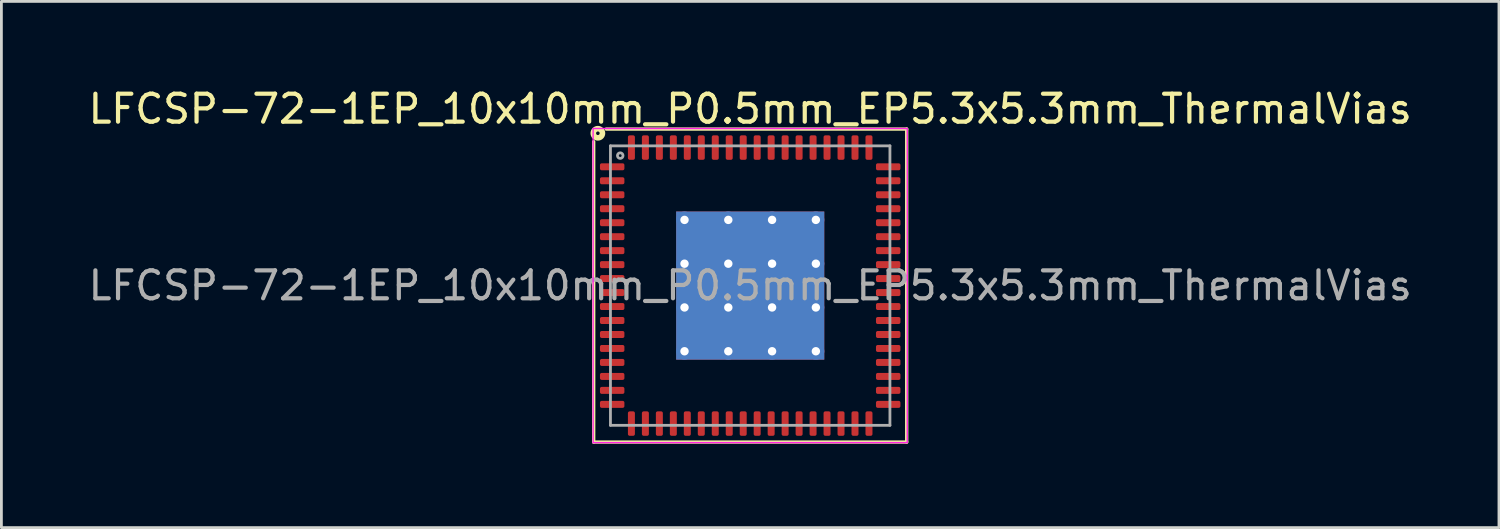
<source format=kicad_pcb>
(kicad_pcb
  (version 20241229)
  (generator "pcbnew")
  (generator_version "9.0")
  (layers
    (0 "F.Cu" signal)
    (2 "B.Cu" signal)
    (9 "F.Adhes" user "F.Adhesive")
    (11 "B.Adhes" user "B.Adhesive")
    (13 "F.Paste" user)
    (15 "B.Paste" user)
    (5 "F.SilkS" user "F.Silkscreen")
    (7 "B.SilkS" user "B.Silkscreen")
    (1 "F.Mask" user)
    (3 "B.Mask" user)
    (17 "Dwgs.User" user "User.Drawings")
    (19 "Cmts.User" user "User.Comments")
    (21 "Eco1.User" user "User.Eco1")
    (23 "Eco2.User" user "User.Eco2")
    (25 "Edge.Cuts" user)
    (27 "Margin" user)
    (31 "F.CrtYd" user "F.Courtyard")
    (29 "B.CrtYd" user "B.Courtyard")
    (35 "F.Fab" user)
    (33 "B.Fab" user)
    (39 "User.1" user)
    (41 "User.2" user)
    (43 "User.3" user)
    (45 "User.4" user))
  (footprint "LFCSP-72-1EP_10x10mm_P0.5mm_EP5.3x5.3mm_ThermalVias"
    (layer "F.Cu")
    (at 23.792 7.168)
    (property "Reference" "LFCSP-72-1EP_10x10mm_P0.5mm_EP5.3x5.3mm_ThermalVias" (at 0 -6.32 0) (layer "F.SilkS") (effects (font (size 1 1) (thickness 0.15))))
    (attr smd)
    (fp_line (start -5.6 5.6) (end -5.6 -5.15) (stroke (width 0.12) (type solid)) (layer "F.SilkS"))
    (fp_line (start 5.6 -5.6) (end -5.15 -5.6) (stroke (width 0.12) (type solid)) (layer "F.SilkS"))
    (fp_line (start 5.6 -5.6) (end 5.6 5.6) (stroke (width 0.12) (type solid)) (layer "F.SilkS"))
    (fp_line (start 5.6 5.6) (end -5.6 5.6) (stroke (width 0.12) (type solid)) (layer "F.SilkS"))
    (fp_circle (center -5.45 -5.45) (end -5.386 -5.45) (stroke (width 0.2) (type solid)) (fill no) (layer "F.SilkS"))
    (fp_line (start -5.62 -5.62) (end -5.62 5.62) (stroke (width 0.05) (type solid)) (layer "F.CrtYd"))
    (fp_line (start -5.62 5.62) (end 5.62 5.62) (stroke (width 0.05) (type solid)) (layer "F.CrtYd"))
    (fp_line (start 5.62 -5.62) (end -5.62 -5.62) (stroke (width 0.05) (type solid)) (layer "F.CrtYd"))
    (fp_line (start 5.62 5.62) (end 5.62 -5.62) (stroke (width 0.05) (type solid)) (layer "F.CrtYd"))
    (fp_line (start -5 -5) (end 5 -5) (stroke (width 0.1) (type solid)) (layer "F.Fab"))
    (fp_line (start -5 5) (end -5 -5) (stroke (width 0.1) (type solid)) (layer "F.Fab"))
    (fp_line (start 5 -5) (end 5 5) (stroke (width 0.1) (type solid)) (layer "F.Fab"))
    (fp_line (start 5 5) (end -5 5) (stroke (width 0.1) (type solid)) (layer "F.Fab"))
    (fp_circle (center -4.65 -4.65) (end -4.55 -4.65) (stroke (width 0.1) (type solid)) (fill no) (layer "F.Fab"))
    (fp_text user "${REFERENCE}" (at 0 0 0) (layer "F.Fab") (effects (font (size 1 1) (thickness 0.15))))
    (pad "" smd custom (at -1.567 -1.567) (size 1.275 1.275) (layers "F.Paste") (options (anchor circle)) (primitives (gr_poly (pts (xy 0.563 -0.439) (xy 0.563 0.439) (xy 0.439 0.563) (xy -0.439 0.563) (xy -0.563 0.439) (xy -0.563 -0.439) (xy -0.439 -0.563) (xy 0.439 -0.563)) (width 0.299) (fill yes))))
    (pad "" smd custom (at -1.567 0) (size 1.275 1.275) (layers "F.Paste") (options (anchor circle)) (primitives (gr_poly (pts (xy 0.563 -0.439) (xy 0.563 0.439) (xy 0.439 0.563) (xy -0.439 0.563) (xy -0.563 0.439) (xy -0.563 -0.439) (xy -0.439 -0.563) (xy 0.439 -0.563)) (width 0.299) (fill yes))))
    (pad "" smd custom (at -1.567 1.567) (size 1.275 1.275) (layers "F.Paste") (options (anchor circle)) (primitives (gr_poly (pts (xy 0.563 -0.439) (xy 0.563 0.439) (xy 0.439 0.563) (xy -0.439 0.563) (xy -0.563 0.439) (xy -0.563 -0.439) (xy -0.439 -0.563) (xy 0.439 -0.563)) (width 0.299) (fill yes))))
    (pad "" smd custom (at 0 -1.567) (size 1.275 1.275) (layers "F.Paste") (options (anchor circle)) (primitives (gr_poly (pts (xy 0.563 -0.439) (xy 0.563 0.439) (xy 0.439 0.563) (xy -0.439 0.563) (xy -0.563 0.439) (xy -0.563 -0.439) (xy -0.439 -0.563) (xy 0.439 -0.563)) (width 0.299) (fill yes))))
    (pad "" smd custom (at 0 0) (size 1.275 1.275) (layers "F.Paste") (options (anchor circle)) (primitives (gr_poly (pts (xy 0.563 -0.439) (xy 0.563 0.439) (xy 0.439 0.563) (xy -0.439 0.563) (xy -0.563 0.439) (xy -0.563 -0.439) (xy -0.439 -0.563) (xy 0.439 -0.563)) (width 0.299) (fill yes))))
    (pad "" smd custom (at 0 1.567) (size 1.275 1.275) (layers "F.Paste") (options (anchor circle)) (primitives (gr_poly (pts (xy 0.563 -0.439) (xy 0.563 0.439) (xy 0.439 0.563) (xy -0.439 0.563) (xy -0.563 0.439) (xy -0.563 -0.439) (xy -0.439 -0.563) (xy 0.439 -0.563)) (width 0.299) (fill yes))))
    (pad "" smd custom (at 1.567 -1.567) (size 1.275 1.275) (layers "F.Paste") (options (anchor circle)) (primitives (gr_poly (pts (xy 0.563 -0.439) (xy 0.563 0.439) (xy 0.439 0.563) (xy -0.439 0.563) (xy -0.563 0.439) (xy -0.563 -0.439) (xy -0.439 -0.563) (xy 0.439 -0.563)) (width 0.299) (fill yes))))
    (pad "" smd custom (at 1.567 0) (size 1.275 1.275) (layers "F.Paste") (options (anchor circle)) (primitives (gr_poly (pts (xy 0.563 -0.439) (xy 0.563 0.439) (xy 0.439 0.563) (xy -0.439 0.563) (xy -0.563 0.439) (xy -0.563 -0.439) (xy -0.439 -0.563) (xy 0.439 -0.563)) (width 0.299) (fill yes))))
    (pad "" smd custom (at 1.567 1.567) (size 1.275 1.275) (layers "F.Paste") (options (anchor circle)) (primitives (gr_poly (pts (xy 0.563 -0.439) (xy 0.563 0.439) (xy 0.439 0.563) (xy -0.439 0.563) (xy -0.563 0.439) (xy -0.563 -0.439) (xy -0.439 -0.563) (xy 0.439 -0.563)) (width 0.299) (fill yes))))
    (pad "1" smd roundrect (at -4.938 -4.25) (size 0.875 0.25) (layers "F.Cu" "F.Mask" "F.Paste") (roundrect_rratio 0.25))
    (pad "2" smd roundrect (at -4.938 -3.75) (size 0.875 0.25) (layers "F.Cu" "F.Mask" "F.Paste") (roundrect_rratio 0.25))
    (pad "3" smd roundrect (at -4.938 -3.25) (size 0.875 0.25) (layers "F.Cu" "F.Mask" "F.Paste") (roundrect_rratio 0.25))
    (pad "4" smd roundrect (at -4.938 -2.75) (size 0.875 0.25) (layers "F.Cu" "F.Mask" "F.Paste") (roundrect_rratio 0.25))
    (pad "5" smd roundrect (at -4.938 -2.25) (size 0.875 0.25) (layers "F.Cu" "F.Mask" "F.Paste") (roundrect_rratio 0.25))
    (pad "6" smd roundrect (at -4.938 -1.75) (size 0.875 0.25) (layers "F.Cu" "F.Mask" "F.Paste") (roundrect_rratio 0.25))
    (pad "7" smd roundrect (at -4.938 -1.25) (size 0.875 0.25) (layers "F.Cu" "F.Mask" "F.Paste") (roundrect_rratio 0.25))
    (pad "8" smd roundrect (at -4.938 -0.75) (size 0.875 0.25) (layers "F.Cu" "F.Mask" "F.Paste") (roundrect_rratio 0.25))
    (pad "9" smd roundrect (at -4.938 -0.25) (size 0.875 0.25) (layers "F.Cu" "F.Mask" "F.Paste") (roundrect_rratio 0.25))
    (pad "10" smd roundrect (at -4.938 0.25) (size 0.875 0.25) (layers "F.Cu" "F.Mask" "F.Paste") (roundrect_rratio 0.25))
    (pad "11" smd roundrect (at -4.938 0.75) (size 0.875 0.25) (layers "F.Cu" "F.Mask" "F.Paste") (roundrect_rratio 0.25))
    (pad "12" smd roundrect (at -4.938 1.25) (size 0.875 0.25) (layers "F.Cu" "F.Mask" "F.Paste") (roundrect_rratio 0.25))
    (pad "13" smd roundrect (at -4.938 1.75) (size 0.875 0.25) (layers "F.Cu" "F.Mask" "F.Paste") (roundrect_rratio 0.25))
    (pad "14" smd roundrect (at -4.938 2.25) (size 0.875 0.25) (layers "F.Cu" "F.Mask" "F.Paste") (roundrect_rratio 0.25))
    (pad "15" smd roundrect (at -4.938 2.75) (size 0.875 0.25) (layers "F.Cu" "F.Mask" "F.Paste") (roundrect_rratio 0.25))
    (pad "16" smd roundrect (at -4.938 3.25) (size 0.875 0.25) (layers "F.Cu" "F.Mask" "F.Paste") (roundrect_rratio 0.25))
    (pad "17" smd roundrect (at -4.938 3.75) (size 0.875 0.25) (layers "F.Cu" "F.Mask" "F.Paste") (roundrect_rratio 0.25))
    (pad "18" smd roundrect (at -4.938 4.25) (size 0.875 0.25) (layers "F.Cu" "F.Mask" "F.Paste") (roundrect_rratio 0.25))
    (pad "19" smd roundrect (at -4.25 4.938) (size 0.25 0.875) (layers "F.Cu" "F.Mask" "F.Paste") (roundrect_rratio 0.25))
    (pad "20" smd roundrect (at -3.75 4.938) (size 0.25 0.875) (layers "F.Cu" "F.Mask" "F.Paste") (roundrect_rratio 0.25))
    (pad "21" smd roundrect (at -3.25 4.938) (size 0.25 0.875) (layers "F.Cu" "F.Mask" "F.Paste") (roundrect_rratio 0.25))
    (pad "22" smd roundrect (at -2.75 4.938) (size 0.25 0.875) (layers "F.Cu" "F.Mask" "F.Paste") (roundrect_rratio 0.25))
    (pad "23" smd roundrect (at -2.25 4.938) (size 0.25 0.875) (layers "F.Cu" "F.Mask" "F.Paste") (roundrect_rratio 0.25))
    (pad "24" smd roundrect (at -1.75 4.938) (size 0.25 0.875) (layers "F.Cu" "F.Mask" "F.Paste") (roundrect_rratio 0.25))
    (pad "25" smd roundrect (at -1.25 4.938) (size 0.25 0.875) (layers "F.Cu" "F.Mask" "F.Paste") (roundrect_rratio 0.25))
    (pad "26" smd roundrect (at -0.75 4.938) (size 0.25 0.875) (layers "F.Cu" "F.Mask" "F.Paste") (roundrect_rratio 0.25))
    (pad "27" smd roundrect (at -0.25 4.938) (size 0.25 0.875) (layers "F.Cu" "F.Mask" "F.Paste") (roundrect_rratio 0.25))
    (pad "28" smd roundrect (at 0.25 4.938) (size 0.25 0.875) (layers "F.Cu" "F.Mask" "F.Paste") (roundrect_rratio 0.25))
    (pad "29" smd roundrect (at 0.75 4.938) (size 0.25 0.875) (layers "F.Cu" "F.Mask" "F.Paste") (roundrect_rratio 0.25))
    (pad "30" smd roundrect (at 1.25 4.938) (size 0.25 0.875) (layers "F.Cu" "F.Mask" "F.Paste") (roundrect_rratio 0.25))
    (pad "31" smd roundrect (at 1.75 4.938) (size 0.25 0.875) (layers "F.Cu" "F.Mask" "F.Paste") (roundrect_rratio 0.25))
    (pad "32" smd roundrect (at 2.25 4.938) (size 0.25 0.875) (layers "F.Cu" "F.Mask" "F.Paste") (roundrect_rratio 0.25))
    (pad "33" smd roundrect (at 2.75 4.938) (size 0.25 0.875) (layers "F.Cu" "F.Mask" "F.Paste") (roundrect_rratio 0.25))
    (pad "34" smd roundrect (at 3.25 4.938) (size 0.25 0.875) (layers "F.Cu" "F.Mask" "F.Paste") (roundrect_rratio 0.25))
    (pad "35" smd roundrect (at 3.75 4.938) (size 0.25 0.875) (layers "F.Cu" "F.Mask" "F.Paste") (roundrect_rratio 0.25))
    (pad "36" smd roundrect (at 4.25 4.938) (size 0.25 0.875) (layers "F.Cu" "F.Mask" "F.Paste") (roundrect_rratio 0.25))
    (pad "37" smd roundrect (at 4.938 4.25) (size 0.875 0.25) (layers "F.Cu" "F.Mask" "F.Paste") (roundrect_rratio 0.25))
    (pad "38" smd roundrect (at 4.938 3.75) (size 0.875 0.25) (layers "F.Cu" "F.Mask" "F.Paste") (roundrect_rratio 0.25))
    (pad "39" smd roundrect (at 4.938 3.25) (size 0.875 0.25) (layers "F.Cu" "F.Mask" "F.Paste") (roundrect_rratio 0.25))
    (pad "40" smd roundrect (at 4.938 2.75) (size 0.875 0.25) (layers "F.Cu" "F.Mask" "F.Paste") (roundrect_rratio 0.25))
    (pad "41" smd roundrect (at 4.938 2.25) (size 0.875 0.25) (layers "F.Cu" "F.Mask" "F.Paste") (roundrect_rratio 0.25))
    (pad "42" smd roundrect (at 4.938 1.75) (size 0.875 0.25) (layers "F.Cu" "F.Mask" "F.Paste") (roundrect_rratio 0.25))
    (pad "43" smd roundrect (at 4.938 1.25) (size 0.875 0.25) (layers "F.Cu" "F.Mask" "F.Paste") (roundrect_rratio 0.25))
    (pad "44" smd roundrect (at 4.938 0.75) (size 0.875 0.25) (layers "F.Cu" "F.Mask" "F.Paste") (roundrect_rratio 0.25))
    (pad "45" smd roundrect (at 4.938 0.25) (size 0.875 0.25) (layers "F.Cu" "F.Mask" "F.Paste") (roundrect_rratio 0.25))
    (pad "46" smd roundrect (at 4.938 -0.25) (size 0.875 0.25) (layers "F.Cu" "F.Mask" "F.Paste") (roundrect_rratio 0.25))
    (pad "47" smd roundrect (at 4.938 -0.75) (size 0.875 0.25) (layers "F.Cu" "F.Mask" "F.Paste") (roundrect_rratio 0.25))
    (pad "48" smd roundrect (at 4.938 -1.25) (size 0.875 0.25) (layers "F.Cu" "F.Mask" "F.Paste") (roundrect_rratio 0.25))
    (pad "49" smd roundrect (at 4.938 -1.75) (size 0.875 0.25) (layers "F.Cu" "F.Mask" "F.Paste") (roundrect_rratio 0.25))
    (pad "50" smd roundrect (at 4.938 -2.25) (size 0.875 0.25) (layers "F.Cu" "F.Mask" "F.Paste") (roundrect_rratio 0.25))
    (pad "51" smd roundrect (at 4.938 -2.75) (size 0.875 0.25) (layers "F.Cu" "F.Mask" "F.Paste") (roundrect_rratio 0.25))
    (pad "52" smd roundrect (at 4.938 -3.25) (size 0.875 0.25) (layers "F.Cu" "F.Mask" "F.Paste") (roundrect_rratio 0.25))
    (pad "53" smd roundrect (at 4.938 -3.75) (size 0.875 0.25) (layers "F.Cu" "F.Mask" "F.Paste") (roundrect_rratio 0.25))
    (pad "54" smd roundrect (at 4.938 -4.25) (size 0.875 0.25) (layers "F.Cu" "F.Mask" "F.Paste") (roundrect_rratio 0.25))
    (pad "55" smd roundrect (at 4.25 -4.938) (size 0.25 0.875) (layers "F.Cu" "F.Mask" "F.Paste") (roundrect_rratio 0.25))
    (pad "56" smd roundrect (at 3.75 -4.938) (size 0.25 0.875) (layers "F.Cu" "F.Mask" "F.Paste") (roundrect_rratio 0.25))
    (pad "57" smd roundrect (at 3.25 -4.938) (size 0.25 0.875) (layers "F.Cu" "F.Mask" "F.Paste") (roundrect_rratio 0.25))
    (pad "58" smd roundrect (at 2.75 -4.938) (size 0.25 0.875) (layers "F.Cu" "F.Mask" "F.Paste") (roundrect_rratio 0.25))
    (pad "59" smd roundrect (at 2.25 -4.938) (size 0.25 0.875) (layers "F.Cu" "F.Mask" "F.Paste") (roundrect_rratio 0.25))
    (pad "60" smd roundrect (at 1.75 -4.938) (size 0.25 0.875) (layers "F.Cu" "F.Mask" "F.Paste") (roundrect_rratio 0.25))
    (pad "61" smd roundrect (at 1.25 -4.938) (size 0.25 0.875) (layers "F.Cu" "F.Mask" "F.Paste") (roundrect_rratio 0.25))
    (pad "62" smd roundrect (at 0.75 -4.938) (size 0.25 0.875) (layers "F.Cu" "F.Mask" "F.Paste") (roundrect_rratio 0.25))
    (pad "63" smd roundrect (at 0.25 -4.938) (size 0.25 0.875) (layers "F.Cu" "F.Mask" "F.Paste") (roundrect_rratio 0.25))
    (pad "64" smd roundrect (at -0.25 -4.938) (size 0.25 0.875) (layers "F.Cu" "F.Mask" "F.Paste") (roundrect_rratio 0.25))
    (pad "65" smd roundrect (at -0.75 -4.938) (size 0.25 0.875) (layers "F.Cu" "F.Mask" "F.Paste") (roundrect_rratio 0.25))
    (pad "66" smd roundrect (at -1.25 -4.938) (size 0.25 0.875) (layers "F.Cu" "F.Mask" "F.Paste") (roundrect_rratio 0.25))
    (pad "67" smd roundrect (at -1.75 -4.938) (size 0.25 0.875) (layers "F.Cu" "F.Mask" "F.Paste") (roundrect_rratio 0.25))
    (pad "68" smd roundrect (at -2.25 -4.938) (size 0.25 0.875) (layers "F.Cu" "F.Mask" "F.Paste") (roundrect_rratio 0.25))
    (pad "69" smd roundrect (at -2.75 -4.938) (size 0.25 0.875) (layers "F.Cu" "F.Mask" "F.Paste") (roundrect_rratio 0.25))
    (pad "70" smd roundrect (at -3.25 -4.938) (size 0.25 0.875) (layers "F.Cu" "F.Mask" "F.Paste") (roundrect_rratio 0.25))
    (pad "71" smd roundrect (at -3.75 -4.938) (size 0.25 0.875) (layers "F.Cu" "F.Mask" "F.Paste") (roundrect_rratio 0.25))
    (pad "72" smd roundrect (at -4.25 -4.938) (size 0.25 0.875) (layers "F.Cu" "F.Mask" "F.Paste") (roundrect_rratio 0.25))
    (pad "73" thru_hole circle (at -2.35 -2.35) (size 0.6 0.6) (drill 0.3) (layers "*.Cu"))
    (pad "73" thru_hole circle (at -2.35 -0.783) (size 0.6 0.6) (drill 0.3) (layers "*.Cu"))
    (pad "73" thru_hole circle (at -2.35 0.783) (size 0.6 0.6) (drill 0.3) (layers "*.Cu"))
    (pad "73" thru_hole circle (at -2.35 2.35) (size 0.6 0.6) (drill 0.3) (layers "*.Cu"))
    (pad "73" thru_hole circle (at -0.783 -2.35) (size 0.6 0.6) (drill 0.3) (layers "*.Cu"))
    (pad "73" thru_hole circle (at -0.783 -0.783) (size 0.6 0.6) (drill 0.3) (layers "*.Cu"))
    (pad "73" thru_hole circle (at -0.783 0.783) (size 0.6 0.6) (drill 0.3) (layers "*.Cu"))
    (pad "73" thru_hole circle (at -0.783 2.35) (size 0.6 0.6) (drill 0.3) (layers "*.Cu"))
    (pad "73" smd rect (at 0 0) (size 5.3 5.3) (layers "F.Cu" "F.Mask"))
    (pad "73" smd rect (at 0 0) (size 5.3 5.3) (layers "B.Cu" "B.Mask"))
    (pad "73" thru_hole circle (at 0.783 -2.35) (size 0.6 0.6) (drill 0.3) (layers "*.Cu"))
    (pad "73" thru_hole circle (at 0.783 -0.783) (size 0.6 0.6) (drill 0.3) (layers "*.Cu"))
    (pad "73" thru_hole circle (at 0.783 0.783) (size 0.6 0.6) (drill 0.3) (layers "*.Cu"))
    (pad "73" thru_hole circle (at 0.783 2.35) (size 0.6 0.6) (drill 0.3) (layers "*.Cu"))
    (pad "73" thru_hole circle (at 2.35 -2.35) (size 0.6 0.6) (drill 0.3) (layers "*.Cu"))
    (pad "73" thru_hole circle (at 2.35 -0.783) (size 0.6 0.6) (drill 0.3) (layers "*.Cu"))
    (pad "73" thru_hole circle (at 2.35 0.783) (size 0.6 0.6) (drill 0.3) (layers "*.Cu"))
    (pad "73" thru_hole circle (at 2.35 2.35) (size 0.6 0.6) (drill 0.3) (layers "*.Cu")))
  (gr_rect
    (start -3 -3)
    (end 50.583 15.828)
    (stroke (width 0.1) (type default))
    (fill no)
    (layer "Edge.Cuts")))
</source>
